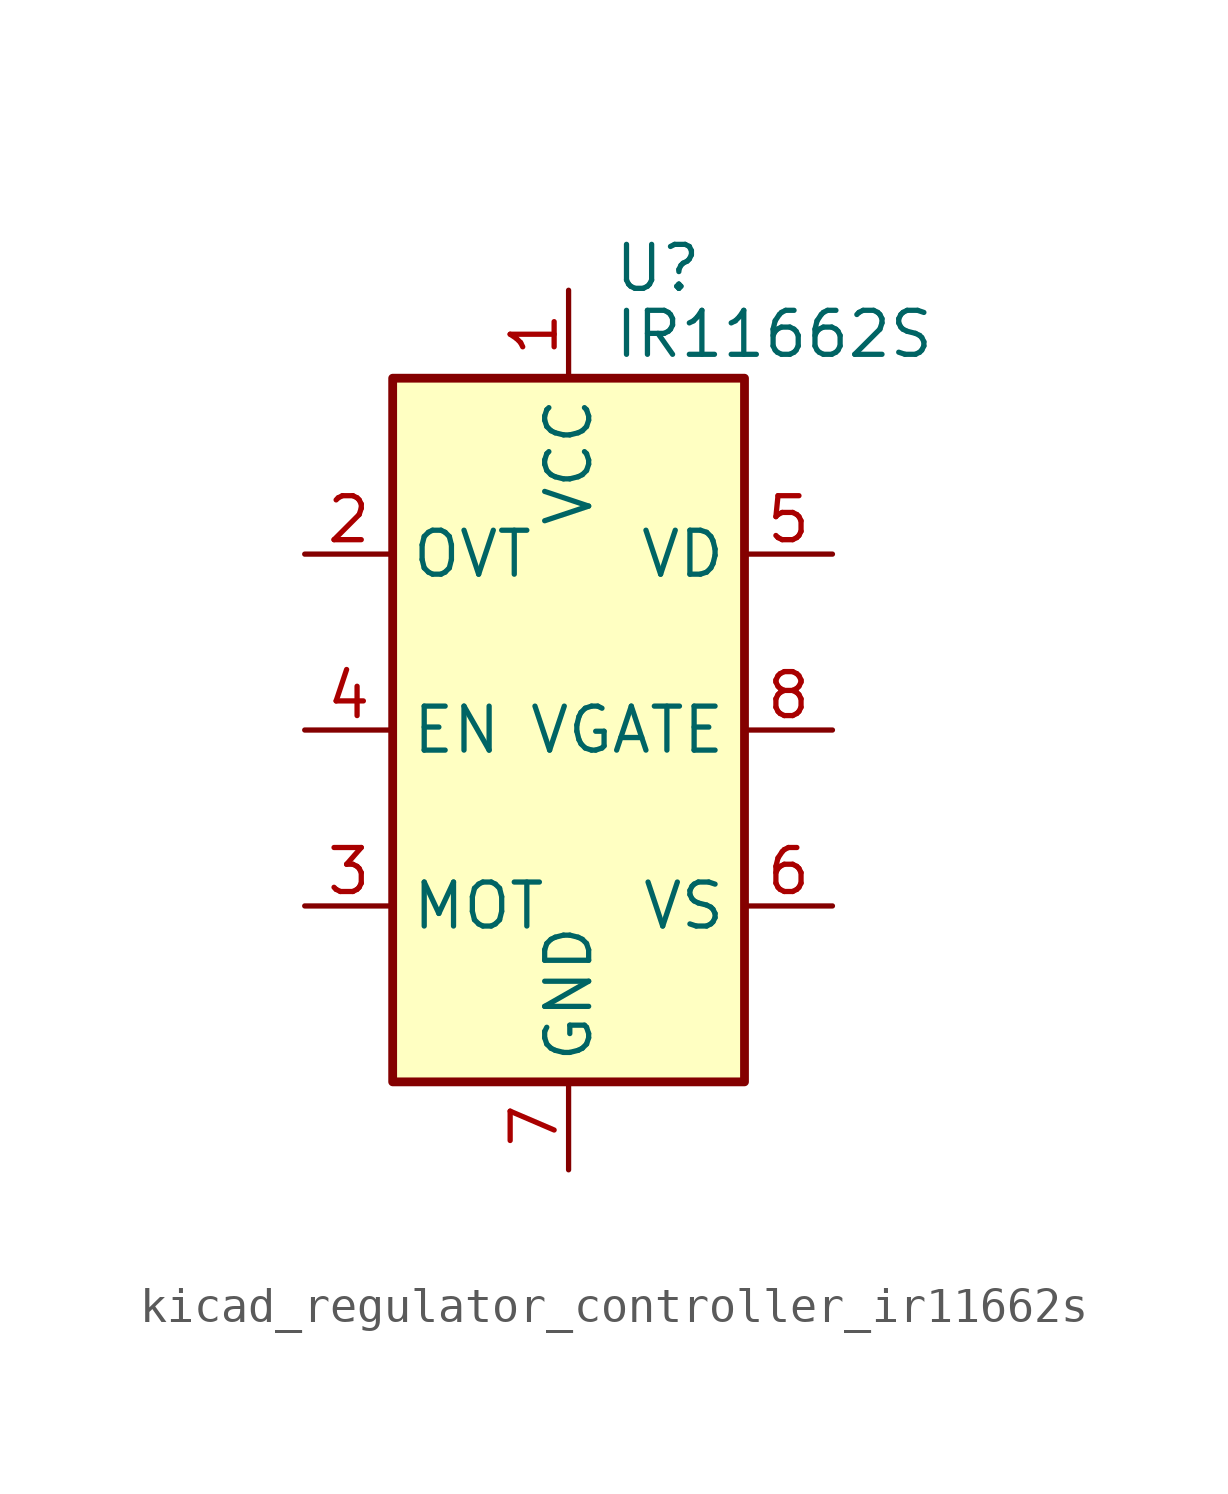
<source format=kicad_sym>
(kicad_symbol_lib
  (version 20220914)
  (generator kicad_symbol_editor)
  (symbol "kicad_regulator_controller_ir11662s"
    (property "Reference" "U"
      (at 1.27 13.335 0)
      (effects (font (size 1.27 1.27)) (justify left)))
    (property "Value" "IR11662S"
      (at 1.27 11.43 0)
      (effects (font (size 1.27 1.27)) (justify left)))
    (symbol "kicad_regulator_controller_ir11662s_0_1"
      (rectangle (start -5.08 -10.16) (end 5.08 10.16) (stroke (width 0.254) (type default)) (fill (type background))))
    (symbol "kicad_regulator_controller_ir11662s_1_1"
      (pin power_in line (at 0 12.7 270) (length 2.54) (name "VCC" (effects (font (size 1.27 1.27)))) (number "1" (effects (font (size 1.27 1.27)))))
      (pin input line (at -7.62 5.08 0) (length 2.54) (name "OVT" (effects (font (size 1.27 1.27)))) (number "2" (effects (font (size 1.27 1.27)))))
      (pin passive line (at -7.62 -5.08 0) (length 2.54) (name "MOT" (effects (font (size 1.27 1.27)))) (number "3" (effects (font (size 1.27 1.27)))))
      (pin input line (at -7.62 0 0) (length 2.54) (name "EN" (effects (font (size 1.27 1.27)))) (number "4" (effects (font (size 1.27 1.27)))))
      (pin input line (at 7.62 5.08 180) (length 2.54) (name "VD" (effects (font (size 1.27 1.27)))) (number "5" (effects (font (size 1.27 1.27)))))
      (pin input line (at 7.62 -5.08 180) (length 2.54) (name "VS" (effects (font (size 1.27 1.27)))) (number "6" (effects (font (size 1.27 1.27)))))
      (pin power_in line (at 0 -12.7 90) (length 2.54) (name "GND" (effects (font (size 1.27 1.27)))) (number "7" (effects (font (size 1.27 1.27)))))
      (pin output line (at 7.62 0 180) (length 2.54) (name "VGATE" (effects (font (size 1.27 1.27)))) (number "8" (effects (font (size 1.27 1.27))))))))
</source>
